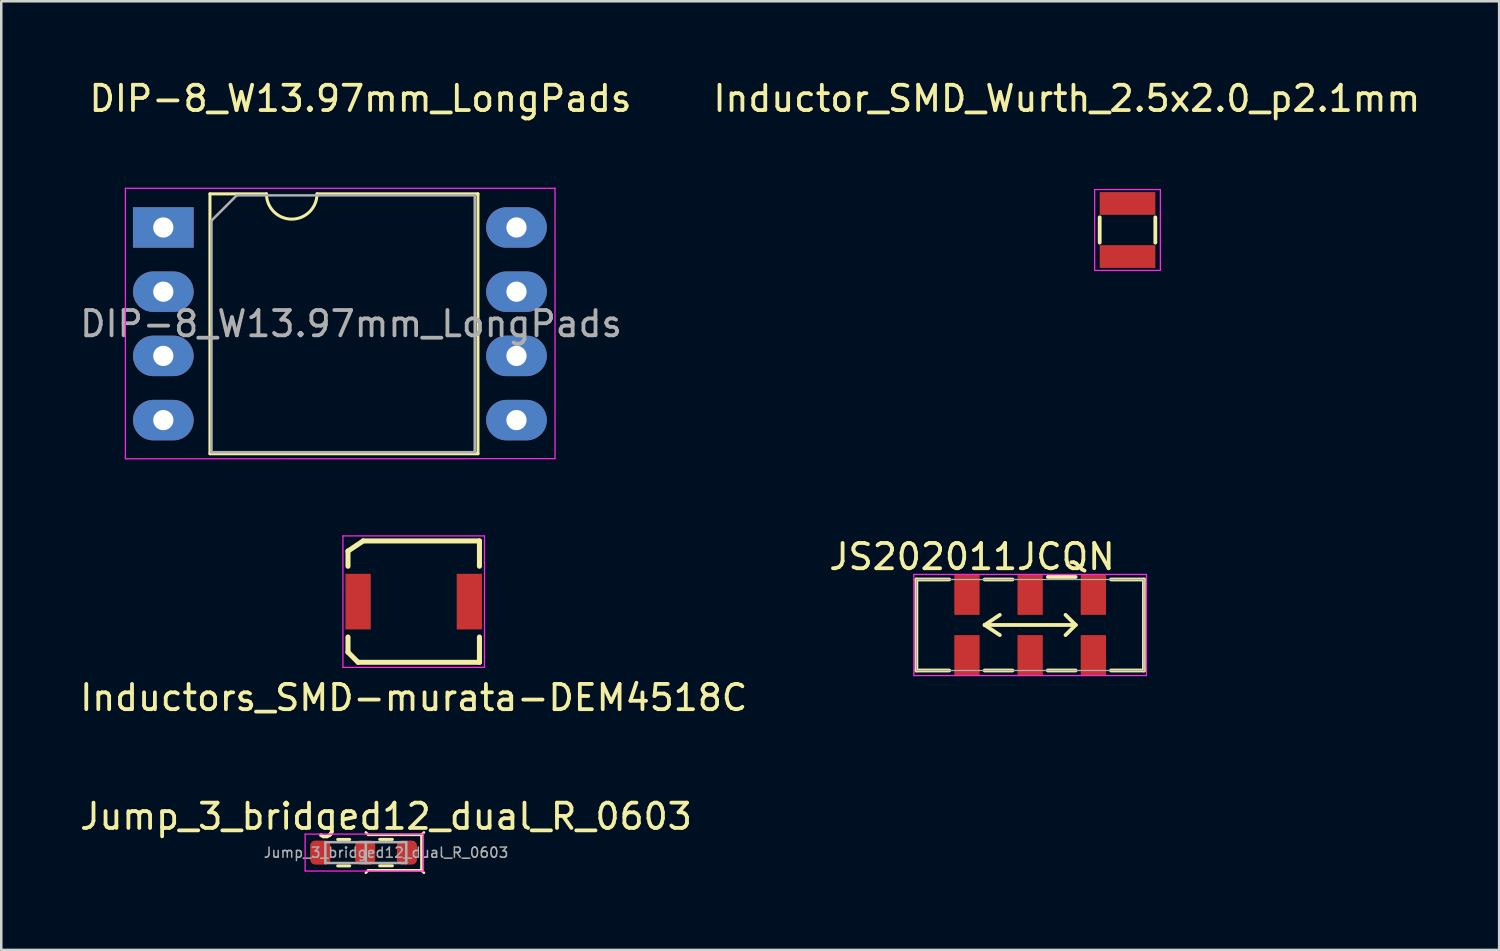
<source format=kicad_pcb>
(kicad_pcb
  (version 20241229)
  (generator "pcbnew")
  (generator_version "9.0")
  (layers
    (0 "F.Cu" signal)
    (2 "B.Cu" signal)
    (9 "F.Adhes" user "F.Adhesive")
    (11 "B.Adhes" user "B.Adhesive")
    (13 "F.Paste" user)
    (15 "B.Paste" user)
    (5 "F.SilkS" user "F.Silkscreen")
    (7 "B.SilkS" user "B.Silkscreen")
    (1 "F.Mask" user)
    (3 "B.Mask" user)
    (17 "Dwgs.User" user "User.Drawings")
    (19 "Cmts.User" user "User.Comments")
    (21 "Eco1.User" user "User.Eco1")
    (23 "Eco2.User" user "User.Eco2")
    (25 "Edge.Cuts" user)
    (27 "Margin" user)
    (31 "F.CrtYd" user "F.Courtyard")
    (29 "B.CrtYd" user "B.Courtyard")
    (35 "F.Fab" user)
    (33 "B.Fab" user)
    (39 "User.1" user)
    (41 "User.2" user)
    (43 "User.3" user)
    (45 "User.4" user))
  (footprint "Jump_3_bridged12_dual_R_0603"
    (layer "F.Cu")
    (at 12.22 30.675)
    (property "Reference" "Jump_3_bridged12_dual_R_0603" (at 0 -1.43 0) (layer "F.SilkS") (effects (font (size 1 1) (thickness 0.15))))
    (attr smd)
    (fp_line (start -1.912 -0.52) (end -1.438 -0.52) (stroke (width 0.12) (type solid)) (layer "F.SilkS"))
    (fp_line (start -1.912 0.525) (end -1.438 0.525) (stroke (width 0.12) (type solid)) (layer "F.SilkS"))
    (fp_line (start -0.8 -0.8) (end -0.7 -0.7) (stroke (width 0.1) (type default)) (layer "F.SilkS"))
    (fp_line (start -0.8 0.8) (end -0.7 0.7) (stroke (width 0.1) (type default)) (layer "F.SilkS"))
    (fp_line (start -0.7 0.7) (end 1.4 0.7) (stroke (width 0.1) (type default)) (layer "F.SilkS"))
    (fp_line (start -0.25 -0.522) (end 0.25 -0.522) (stroke (width 0.12) (type solid)) (layer "F.SilkS"))
    (fp_line (start -0.25 0.522) (end 0.25 0.522) (stroke (width 0.12) (type solid)) (layer "F.SilkS"))
    (fp_line (start 1.4 -0.7) (end -0.7 -0.7) (stroke (width 0.1) (type default)) (layer "F.SilkS"))
    (fp_line (start 1.4 -0.7) (end 1.5 -0.8) (stroke (width 0.1) (type default)) (layer "F.SilkS"))
    (fp_line (start 1.4 0.7) (end 1.4 -0.7) (stroke (width 0.1) (type default)) (layer "F.SilkS"))
    (fp_line (start 1.4 0.7) (end 1.5 0.8) (stroke (width 0.1) (type default)) (layer "F.SilkS"))
    (fp_line (start -3.2 -0.73) (end 1.48 -0.73) (stroke (width 0.05) (type solid)) (layer "F.CrtYd"))
    (fp_line (start -3.2 0.73) (end -3.2 -0.73) (stroke (width 0.05) (type solid)) (layer "F.CrtYd"))
    (fp_line (start 1.48 -0.73) (end 1.48 0.73) (stroke (width 0.05) (type solid)) (layer "F.CrtYd"))
    (fp_line (start 1.48 0.73) (end -3.2 0.73) (stroke (width 0.05) (type solid)) (layer "F.CrtYd"))
    (fp_line (start -2.4 -0.412) (end -0.8 -0.412) (stroke (width 0.1) (type solid)) (layer "F.Fab"))
    (fp_line (start -2.4 0.412) (end -2.4 -0.412) (stroke (width 0.1) (type solid)) (layer "F.Fab"))
    (fp_line (start -0.8 -0.412) (end 0.8 -0.412) (stroke (width 0.1) (type solid)) (layer "F.Fab"))
    (fp_line (start -0.8 0.412) (end -2.4 0.412) (stroke (width 0.1) (type solid)) (layer "F.Fab"))
    (fp_line (start -0.8 0.412) (end -0.8 -0.412) (stroke (width 0.1) (type solid)) (layer "F.Fab"))
    (fp_line (start 0.8 -0.412) (end 0.8 0.412) (stroke (width 0.1) (type solid)) (layer "F.Fab"))
    (fp_line (start 0.8 0.412) (end -0.8 0.412) (stroke (width 0.1) (type solid)) (layer "F.Fab"))
    (fp_text user "${REFERENCE}" (at 0 0 0) (layer "F.Fab") (effects (font (size 0.4 0.4) (thickness 0.06))))
    (pad "1" smd roundrect (at 0.825 0) (size 0.8 0.95) (layers "F.Cu" "F.Mask" "F.Paste") (roundrect_rratio 0.25))
    (pad "2" smd roundrect (at -0.825 0) (size 0.8 0.95) (layers "F.Cu" "F.Mask" "F.Paste") (roundrect_rratio 0.25))
    (pad "3" smd roundrect (at -2.6 0) (size 0.8 0.95) (layers "F.Cu" "F.Mask" "F.Paste") (roundrect_rratio 0.25)))
  (footprint "Inductors_SMD-murata-DEM4518C"
    (layer "F.Cu")
    (at 13.315 20.748)
    (property "Reference" "Inductors_SMD-murata-DEM4518C" (at 0 3.8 0) (layer "F.SilkS") (effects (font (size 1 1) (thickness 0.15))))
    (attr through_hole)
    (fp_line (start -2.6 -2) (end -2.6 -1.4) (stroke (width 0.2) (type solid)) (layer "F.SilkS"))
    (fp_line (start -2.6 2) (end -2.6 1.4) (stroke (width 0.2) (type solid)) (layer "F.SilkS"))
    (fp_line (start -2.2 2.4) (end -2.6 2) (stroke (width 0.2) (type solid)) (layer "F.SilkS"))
    (fp_line (start -2 -2.4) (end -2.6 -2) (stroke (width 0.2) (type solid)) (layer "F.SilkS"))
    (fp_line (start -2 -2.4) (end 2.6 -2.4) (stroke (width 0.2) (type solid)) (layer "F.SilkS"))
    (fp_line (start 2.6 -2.4) (end 2.6 -1.4) (stroke (width 0.2) (type solid)) (layer "F.SilkS"))
    (fp_line (start 2.6 1.4) (end 2.6 2.4) (stroke (width 0.2) (type solid)) (layer "F.SilkS"))
    (fp_line (start 2.6 2.4) (end -2.2 2.4) (stroke (width 0.2) (type solid)) (layer "F.SilkS"))
    (fp_line (start -2.8 -2.6) (end -2.8 2.6) (stroke (width 0.05) (type solid)) (layer "F.CrtYd"))
    (fp_line (start -2.8 2.6) (end 2.8 2.6) (stroke (width 0.05) (type solid)) (layer "F.CrtYd"))
    (fp_line (start 2.8 -2.6) (end -2.8 -2.6) (stroke (width 0.05) (type solid)) (layer "F.CrtYd"))
    (fp_line (start 2.8 2.6) (end 2.8 -2.6) (stroke (width 0.05) (type solid)) (layer "F.CrtYd"))
    (pad "1" smd rect (at 2.2 0) (size 1 2.2) (layers "F.Cu" "F.Mask" "F.Paste"))
    (pad "2" smd rect (at -2.2 0) (size 1 2.2) (layers "F.Cu" "F.Mask" "F.Paste")))
  (footprint "Inductor_SMD_Wurth_2.5x2.0_p2.1mm"
    (layer "F.Cu")
    (at 41.55 6.048)
    (property "Reference" "Inductor_SMD_Wurth_2.5x2.0_p2.1mm" (at -2.4 -5.2 0) (layer "F.SilkS") (effects (font (size 1 1) (thickness 0.15))))
    (attr through_hole)
    (fp_line (start -1.1 -0.5) (end -1.1 0.5) (stroke (width 0.15) (type solid)) (layer "F.SilkS"))
    (fp_line (start 1.1 -0.5) (end 1.1 0.5) (stroke (width 0.15) (type solid)) (layer "F.SilkS"))
    (fp_line (start -1.3 -1.6) (end -1.3 1.6) (stroke (width 0.05) (type solid)) (layer "F.CrtYd"))
    (fp_line (start -1.3 1.6) (end 1.3 1.6) (stroke (width 0.05) (type solid)) (layer "F.CrtYd"))
    (fp_line (start 1.3 -1.6) (end -1.3 -1.6) (stroke (width 0.05) (type solid)) (layer "F.CrtYd"))
    (fp_line (start 1.3 1.6) (end 1.3 -1.6) (stroke (width 0.05) (type solid)) (layer "F.CrtYd"))
    (pad "1" smd rect (at 0 -1.05) (size 2.2 0.9) (layers "F.Cu" "F.Mask" "F.Paste"))
    (pad "2" smd rect (at 0 1.05) (size 2.2 0.9) (layers "F.Cu" "F.Mask" "F.Paste")))
  (footprint "JS202011JCQN"
    (layer "F.Cu")
    (at 37.699 21.672)
    (property "Reference" "JS202011JCQN" (at -2.3 -2.7 0) (layer "F.SilkS") (effects (font (size 1 1) (thickness 0.15))))
    (attr through_hole)
    (fp_line (start -4.5 -1.8) (end -4.5 1.8) (stroke (width 0.15) (type solid)) (layer "F.SilkS"))
    (fp_line (start -4.5 -1.8) (end -3.2 -1.8) (stroke (width 0.15) (type solid)) (layer "F.SilkS"))
    (fp_line (start -4.5 1.8) (end -3.2 1.8) (stroke (width 0.15) (type solid)) (layer "F.SilkS"))
    (fp_line (start -1.8 -1.8) (end -0.7 -1.8) (stroke (width 0.15) (type solid)) (layer "F.SilkS"))
    (fp_line (start -1.8 0) (end -1.2 -0.4) (stroke (width 0.15) (type solid)) (layer "F.SilkS"))
    (fp_line (start -1.8 0) (end -1.2 0.4) (stroke (width 0.15) (type solid)) (layer "F.SilkS"))
    (fp_line (start -1.8 0) (end 1.8 0) (stroke (width 0.15) (type solid)) (layer "F.SilkS"))
    (fp_line (start -0.7 1.8) (end -1.8 1.8) (stroke (width 0.15) (type solid)) (layer "F.SilkS"))
    (fp_line (start 0.7 -1.9) (end 1.8 -1.9) (stroke (width 0.15) (type solid)) (layer "F.SilkS"))
    (fp_line (start 1.8 0) (end 1.4 -0.4) (stroke (width 0.15) (type solid)) (layer "F.SilkS"))
    (fp_line (start 1.8 0) (end 1.4 0.4) (stroke (width 0.15) (type solid)) (layer "F.SilkS"))
    (fp_line (start 1.8 1.8) (end 0.7 1.8) (stroke (width 0.15) (type solid)) (layer "F.SilkS"))
    (fp_line (start 3.2 -1.8) (end 4.5 -1.8) (stroke (width 0.15) (type solid)) (layer "F.SilkS"))
    (fp_line (start 4.5 -1.8) (end 4.5 1.8) (stroke (width 0.15) (type solid)) (layer "F.SilkS"))
    (fp_line (start 4.5 1.8) (end 3.2 1.8) (stroke (width 0.15) (type solid)) (layer "F.SilkS"))
    (fp_line (start -4.6 -2) (end -4.6 1.9) (stroke (width 0.05) (type solid)) (layer "F.CrtYd"))
    (fp_line (start -4.6 1.9) (end -4.6 2) (stroke (width 0.05) (type solid)) (layer "F.CrtYd"))
    (fp_line (start -4.6 2) (end 4.6 2) (stroke (width 0.05) (type solid)) (layer "F.CrtYd"))
    (fp_line (start 4.6 -2) (end -4.6 -2) (stroke (width 0.05) (type solid)) (layer "F.CrtYd"))
    (fp_line (start 4.6 2) (end 4.6 -2) (stroke (width 0.05) (type solid)) (layer "F.CrtYd"))
    (fp_line (start -4.5 -1.8) (end 4.5 -1.8) (stroke (width 0.05) (type solid)) (layer "F.Fab"))
    (fp_line (start -4.5 1.8) (end -4.5 -1.8) (stroke (width 0.05) (type solid)) (layer "F.Fab"))
    (fp_line (start 4.5 -1.8) (end 4.5 1.8) (stroke (width 0.05) (type solid)) (layer "F.Fab"))
    (fp_line (start 4.5 1.8) (end -4.5 1.8) (stroke (width 0.05) (type solid)) (layer "F.Fab"))
    (pad "1" smd rect (at -2.5 -1.2) (size 1 1.6) (layers "F.Cu" "F.Mask" "F.Paste"))
    (pad "2" smd rect (at 0 -1.2) (size 1 1.6) (layers "F.Cu" "F.Mask" "F.Paste"))
    (pad "3" smd rect (at 2.5 -1.2) (size 1 1.6) (layers "F.Cu" "F.Mask" "F.Paste"))
    (pad "4" smd rect (at -2.5 1.2) (size 1 1.6) (layers "F.Cu" "F.Mask" "F.Paste"))
    (pad "5" smd rect (at 0 1.2) (size 1 1.6) (layers "F.Cu" "F.Mask" "F.Paste"))
    (pad "6" smd rect (at 2.5 1.2) (size 1 1.6) (layers "F.Cu" "F.Mask" "F.Paste")))
  (footprint "DIP-8_W13.97mm_LongPads"
    (layer "F.Cu")
    (at 3.41 5.948)
    (property "Reference" "DIP-8_W13.97mm_LongPads" (at 7.8 -5.1 0) (layer "F.SilkS") (effects (font (size 1 1) (thickness 0.15))))
    (attr through_hole)
    (fp_line (start 1.845 -1.33) (end 1.845 8.95) (stroke (width 0.12) (type solid)) (layer "F.SilkS"))
    (fp_line (start 1.845 8.95) (end 12.446 8.95) (stroke (width 0.12) (type solid)) (layer "F.SilkS"))
    (fp_line (start 4.08 -1.33) (end 1.845 -1.33) (stroke (width 0.12) (type solid)) (layer "F.SilkS"))
    (fp_line (start 12.446 -1.33) (end 6.08 -1.33) (stroke (width 0.12) (type solid)) (layer "F.SilkS"))
    (fp_line (start 12.446 8.95) (end 12.446 -1.33) (stroke (width 0.12) (type solid)) (layer "F.SilkS"))
    (fp_arc (start 6.08 -1.33) (mid 5.08 -0.33) (end 4.08 -1.33) (stroke (width 0.12) (type solid)) (layer "F.SilkS"))
    (fp_line (start -1.5 -1.55) (end -1.5 9.15) (stroke (width 0.05) (type solid)) (layer "F.CrtYd"))
    (fp_line (start -1.5 9.15) (end 15.494 9.144) (stroke (width 0.05) (type solid)) (layer "F.CrtYd"))
    (fp_line (start 15.494 -1.55) (end -1.5 -1.55) (stroke (width 0.05) (type solid)) (layer "F.CrtYd"))
    (fp_line (start 15.494 9.144) (end 15.494 -1.556) (stroke (width 0.05) (type solid)) (layer "F.CrtYd"))
    (fp_line (start 1.905 -0.27) (end 2.905 -1.27) (stroke (width 0.1) (type solid)) (layer "F.Fab"))
    (fp_line (start 1.905 8.89) (end 1.905 -0.27) (stroke (width 0.1) (type solid)) (layer "F.Fab"))
    (fp_line (start 2.905 -1.27) (end 12.319 -1.27) (stroke (width 0.1) (type solid)) (layer "F.Fab"))
    (fp_line (start 12.319 -1.27) (end 12.319 8.89) (stroke (width 0.1) (type solid)) (layer "F.Fab"))
    (fp_line (start 12.319 8.89) (end 1.905 8.89) (stroke (width 0.1) (type solid)) (layer "F.Fab"))
    (fp_text user "${REFERENCE}" (at 7.429 3.81 0) (layer "F.Fab") (effects (font (size 1 1) (thickness 0.15))))
    (pad "1" thru_hole rect (at 0 0) (size 2.4 1.6) (drill 0.8) (layers "*.Cu" "*.Mask"))
    (pad "2" thru_hole oval (at 0 2.54) (size 2.4 1.6) (drill 0.8) (layers "*.Cu" "*.Mask"))
    (pad "3" thru_hole oval (at 0 5.08) (size 2.4 1.6) (drill 0.8) (layers "*.Cu" "*.Mask"))
    (pad "4" thru_hole oval (at 0 7.62) (size 2.4 1.6) (drill 0.8) (layers "*.Cu" "*.Mask"))
    (pad "5" thru_hole oval (at 13.97 7.62) (size 2.4 1.6) (drill 0.8) (layers "*.Cu" "*.Mask"))
    (pad "6" thru_hole oval (at 13.97 5.08) (size 2.4 1.6) (drill 0.8) (layers "*.Cu" "*.Mask"))
    (pad "7" thru_hole oval (at 13.97 2.54) (size 2.4 1.6) (drill 0.8) (layers "*.Cu" "*.Mask"))
    (pad "8" thru_hole oval (at 13.97 0) (size 2.4 1.6) (drill 0.8) (layers "*.Cu" "*.Mask")))
  (gr_rect
    (start -3 -3)
    (end 56.251 34.525)
    (stroke (width 0.1) (type default))
    (fill no)
    (layer "Edge.Cuts")))
</source>
